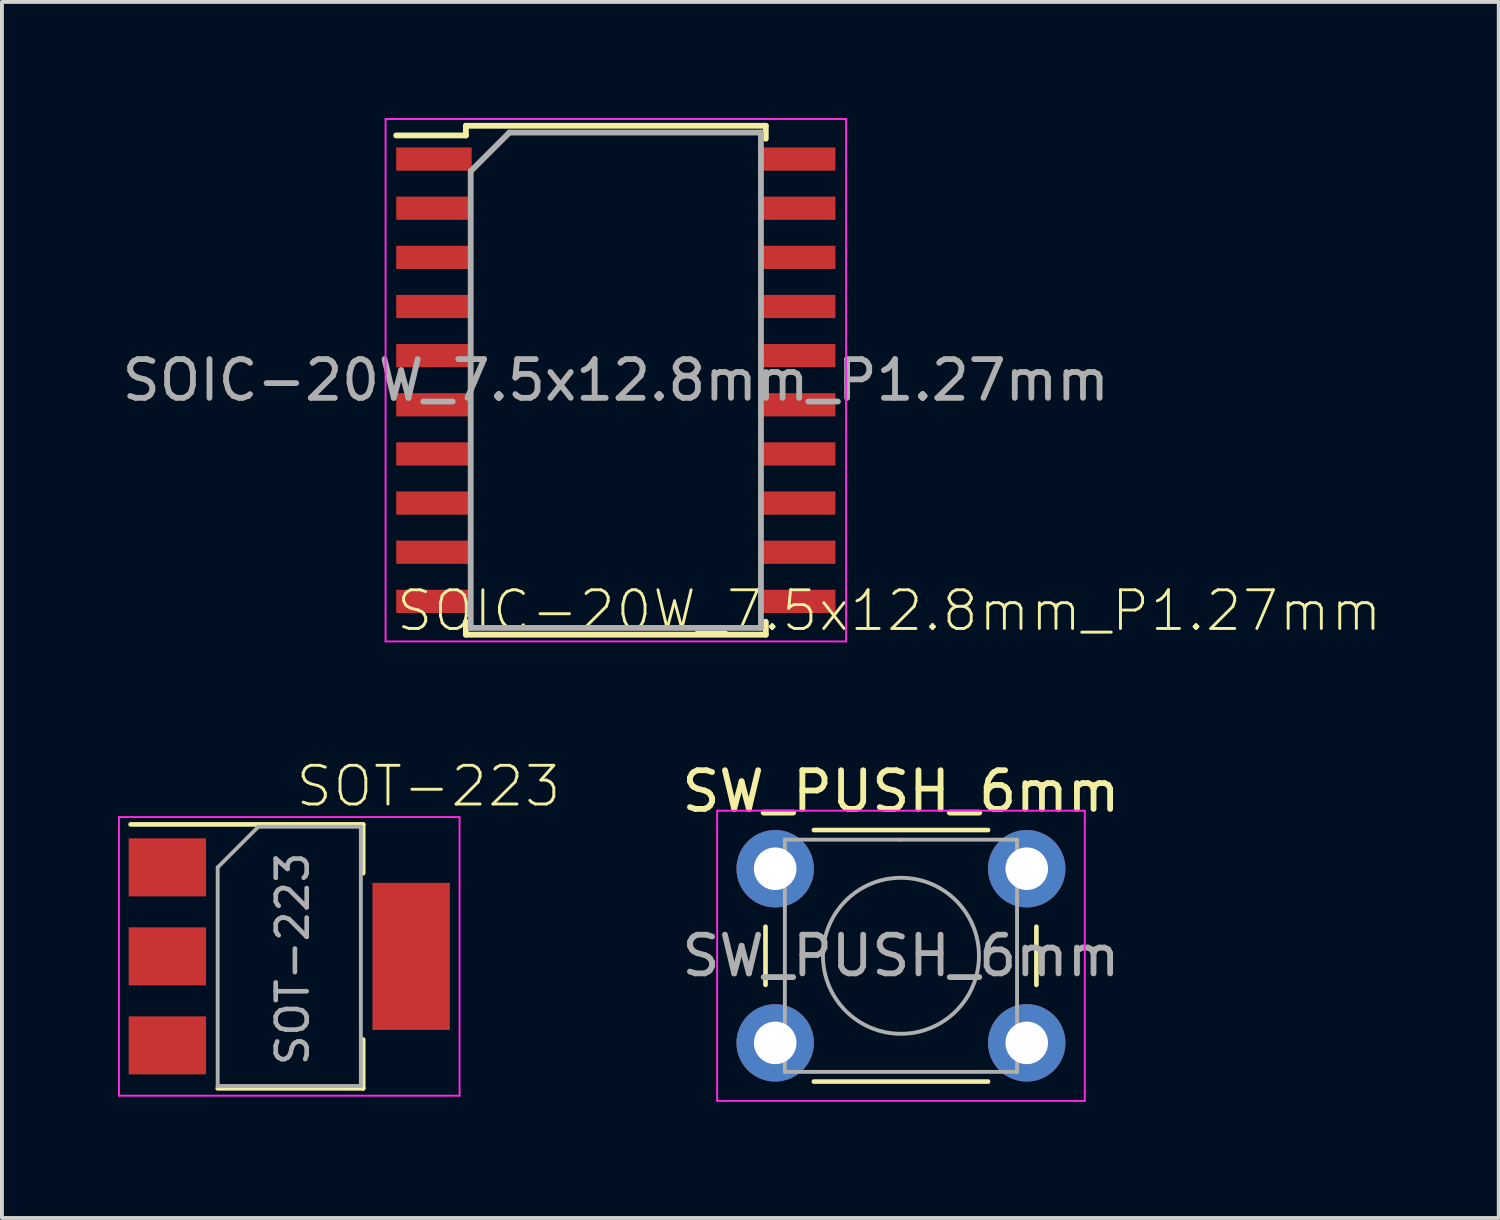
<source format=kicad_pcb>
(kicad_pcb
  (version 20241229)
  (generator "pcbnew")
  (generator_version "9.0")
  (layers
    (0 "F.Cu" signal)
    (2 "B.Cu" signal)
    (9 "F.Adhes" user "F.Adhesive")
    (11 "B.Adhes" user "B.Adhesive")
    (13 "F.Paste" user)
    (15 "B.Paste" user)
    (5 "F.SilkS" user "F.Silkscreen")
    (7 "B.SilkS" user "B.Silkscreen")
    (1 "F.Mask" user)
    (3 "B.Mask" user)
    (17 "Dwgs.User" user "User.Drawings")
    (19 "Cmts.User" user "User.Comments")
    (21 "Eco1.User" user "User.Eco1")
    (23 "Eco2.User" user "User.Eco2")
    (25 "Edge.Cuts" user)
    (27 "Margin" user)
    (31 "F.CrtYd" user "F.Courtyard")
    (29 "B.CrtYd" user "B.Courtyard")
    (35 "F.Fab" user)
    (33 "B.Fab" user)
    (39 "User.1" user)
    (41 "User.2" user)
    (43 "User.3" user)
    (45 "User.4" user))
  (footprint "SOT-223"
    (layer "F.Cu")
    (at 4.425 21.663)
    (property "Reference" "SOT-223" (at 3.597 -4.396 0) (layer "F.SilkS") (effects (font (size 1 1) (thickness 0.075))))
    (attr smd)
    (fp_line (start -4.1 -3.41) (end 1.91 -3.41) (stroke (width 0.12) (type solid)) (layer "F.SilkS"))
    (fp_line (start -1.85 3.41) (end 1.91 3.41) (stroke (width 0.12) (type solid)) (layer "F.SilkS"))
    (fp_line (start 1.91 -3.41) (end 1.91 -2.15) (stroke (width 0.12) (type solid)) (layer "F.SilkS"))
    (fp_line (start 1.91 3.41) (end 1.91 2.15) (stroke (width 0.12) (type solid)) (layer "F.SilkS"))
    (fp_line (start -4.4 -3.6) (end -4.4 3.6) (stroke (width 0.05) (type solid)) (layer "F.CrtYd"))
    (fp_line (start -4.4 3.6) (end 4.4 3.6) (stroke (width 0.05) (type solid)) (layer "F.CrtYd"))
    (fp_line (start 4.4 -3.6) (end -4.4 -3.6) (stroke (width 0.05) (type solid)) (layer "F.CrtYd"))
    (fp_line (start 4.4 3.6) (end 4.4 -3.6) (stroke (width 0.05) (type solid)) (layer "F.CrtYd"))
    (fp_line (start -1.85 -2.3) (end -1.85 3.35) (stroke (width 0.1) (type solid)) (layer "F.Fab"))
    (fp_line (start -1.85 -2.3) (end -0.8 -3.35) (stroke (width 0.1) (type solid)) (layer "F.Fab"))
    (fp_line (start -1.85 3.35) (end 1.85 3.35) (stroke (width 0.1) (type solid)) (layer "F.Fab"))
    (fp_line (start -0.8 -3.35) (end 1.85 -3.35) (stroke (width 0.1) (type solid)) (layer "F.Fab"))
    (fp_line (start 1.85 -3.35) (end 1.85 3.35) (stroke (width 0.1) (type solid)) (layer "F.Fab"))
    (fp_text user "${REFERENCE}" (at 0.086 0.064 90) (layer "F.Fab") (effects (font (size 0.8 0.8) (thickness 0.12))))
    (pad "1" smd rect (at -3.15 -2.3) (size 2 1.5) (layers "F.Cu" "F.Mask" "F.Paste"))
    (pad "2" smd rect (at -3.15 0) (size 2 1.5) (layers "F.Cu" "F.Mask" "F.Paste"))
    (pad "3" smd rect (at -3.15 2.3) (size 2 1.5) (layers "F.Cu" "F.Mask" "F.Paste"))
    (pad "4" smd rect (at 3.15 0) (size 2 3.8) (layers "F.Cu" "F.Mask" "F.Paste")))
  (footprint "SOIC-20W_7.5x12.8mm_P1.27mm"
    (layer "F.Cu")
    (at 12.863 6.775)
    (property "Reference" "SOIC-20W_7.5x12.8mm_P1.27mm" (at 7.064 5.956 0) (layer "F.SilkS") (effects (font (size 1 1) (thickness 0.075))))
    (attr smd)
    (fp_line (start -3.875 -6.575) (end -3.875 -6.325) (stroke (width 0.15) (type solid)) (layer "F.SilkS"))
    (fp_line (start -3.875 -6.575) (end 3.875 -6.575) (stroke (width 0.15) (type solid)) (layer "F.SilkS"))
    (fp_line (start -3.875 -6.325) (end -5.675 -6.325) (stroke (width 0.15) (type solid)) (layer "F.SilkS"))
    (fp_line (start -3.875 6.575) (end -3.875 6.24) (stroke (width 0.15) (type solid)) (layer "F.SilkS"))
    (fp_line (start -3.875 6.575) (end 3.875 6.575) (stroke (width 0.15) (type solid)) (layer "F.SilkS"))
    (fp_line (start 3.875 -6.575) (end 3.875 -6.24) (stroke (width 0.15) (type solid)) (layer "F.SilkS"))
    (fp_line (start 3.875 6.575) (end 3.875 6.24) (stroke (width 0.15) (type solid)) (layer "F.SilkS"))
    (fp_line (start -5.95 -6.75) (end -5.95 6.75) (stroke (width 0.05) (type solid)) (layer "F.CrtYd"))
    (fp_line (start -5.95 -6.75) (end 5.95 -6.75) (stroke (width 0.05) (type solid)) (layer "F.CrtYd"))
    (fp_line (start -5.95 6.75) (end 5.95 6.75) (stroke (width 0.05) (type solid)) (layer "F.CrtYd"))
    (fp_line (start 5.95 -6.75) (end 5.95 6.75) (stroke (width 0.05) (type solid)) (layer "F.CrtYd"))
    (fp_line (start -3.75 -5.4) (end -2.75 -6.4) (stroke (width 0.15) (type solid)) (layer "F.Fab"))
    (fp_line (start -3.75 6.4) (end -3.75 -5.4) (stroke (width 0.15) (type solid)) (layer "F.Fab"))
    (fp_line (start -2.75 -6.4) (end 3.75 -6.4) (stroke (width 0.15) (type solid)) (layer "F.Fab"))
    (fp_line (start 3.75 -6.4) (end 3.75 6.4) (stroke (width 0.15) (type solid)) (layer "F.Fab"))
    (fp_line (start 3.75 6.4) (end -3.75 6.4) (stroke (width 0.15) (type solid)) (layer "F.Fab"))
    (fp_text user "${REFERENCE}" (at 0 0 180) (layer "F.Fab") (effects (font (size 1 1) (thickness 0.15))))
    (pad "1" smd rect (at -4.7 -5.715) (size 1.95 0.6) (layers "F.Cu" "F.Mask" "F.Paste"))
    (pad "2" smd rect (at -4.7 -4.445) (size 1.95 0.6) (layers "F.Cu" "F.Mask" "F.Paste"))
    (pad "3" smd rect (at -4.7 -3.175) (size 1.95 0.6) (layers "F.Cu" "F.Mask" "F.Paste"))
    (pad "4" smd rect (at -4.7 -1.905) (size 1.95 0.6) (layers "F.Cu" "F.Mask" "F.Paste"))
    (pad "5" smd rect (at -4.7 -0.635) (size 1.95 0.6) (layers "F.Cu" "F.Mask" "F.Paste"))
    (pad "6" smd rect (at -4.7 0.635) (size 1.95 0.6) (layers "F.Cu" "F.Mask" "F.Paste"))
    (pad "7" smd rect (at -4.7 1.905) (size 1.95 0.6) (layers "F.Cu" "F.Mask" "F.Paste"))
    (pad "8" smd rect (at -4.7 3.175) (size 1.95 0.6) (layers "F.Cu" "F.Mask" "F.Paste"))
    (pad "9" smd rect (at -4.7 4.445) (size 1.95 0.6) (layers "F.Cu" "F.Mask" "F.Paste"))
    (pad "10" smd rect (at -4.7 5.715) (size 1.95 0.6) (layers "F.Cu" "F.Mask" "F.Paste"))
    (pad "11" smd rect (at 4.7 5.715) (size 1.95 0.6) (layers "F.Cu" "F.Mask" "F.Paste"))
    (pad "12" smd rect (at 4.7 4.445) (size 1.95 0.6) (layers "F.Cu" "F.Mask" "F.Paste"))
    (pad "13" smd rect (at 4.7 3.175) (size 1.95 0.6) (layers "F.Cu" "F.Mask" "F.Paste"))
    (pad "14" smd rect (at 4.7 1.905) (size 1.95 0.6) (layers "F.Cu" "F.Mask" "F.Paste"))
    (pad "15" smd rect (at 4.7 0.635) (size 1.95 0.6) (layers "F.Cu" "F.Mask" "F.Paste"))
    (pad "16" smd rect (at 4.7 -0.635) (size 1.95 0.6) (layers "F.Cu" "F.Mask" "F.Paste"))
    (pad "17" smd rect (at 4.7 -1.905) (size 1.95 0.6) (layers "F.Cu" "F.Mask" "F.Paste"))
    (pad "18" smd rect (at 4.7 -3.175) (size 1.95 0.6) (layers "F.Cu" "F.Mask" "F.Paste"))
    (pad "19" smd rect (at 4.7 -4.445) (size 1.95 0.6) (layers "F.Cu" "F.Mask" "F.Paste"))
    (pad "20" smd rect (at 4.7 -5.715) (size 1.95 0.6) (layers "F.Cu" "F.Mask" "F.Paste")))
  (footprint "SW_PUSH_6mm"
    (layer "F.Cu")
    (at 16.981 19.398)
    (property "Reference" "SW_PUSH_6mm" (at 3.25 -2 0) (layer "F.SilkS") (effects (font (size 1 1) (thickness 0.15))))
    (attr through_hole)
    (fp_line (start -0.25 1.5) (end -0.25 3) (stroke (width 0.12) (type solid)) (layer "F.SilkS"))
    (fp_line (start 1 5.5) (end 5.5 5.5) (stroke (width 0.12) (type solid)) (layer "F.SilkS"))
    (fp_line (start 5.5 -1) (end 1 -1) (stroke (width 0.12) (type solid)) (layer "F.SilkS"))
    (fp_line (start 6.75 3) (end 6.75 1.5) (stroke (width 0.12) (type solid)) (layer "F.SilkS"))
    (fp_line (start -1.5 -1.5) (end -1.25 -1.5) (stroke (width 0.05) (type solid)) (layer "F.CrtYd"))
    (fp_line (start -1.5 -1.25) (end -1.5 -1.5) (stroke (width 0.05) (type solid)) (layer "F.CrtYd"))
    (fp_line (start -1.5 5.75) (end -1.5 -1.25) (stroke (width 0.05) (type solid)) (layer "F.CrtYd"))
    (fp_line (start -1.5 5.75) (end -1.5 6) (stroke (width 0.05) (type solid)) (layer "F.CrtYd"))
    (fp_line (start -1.5 6) (end -1.25 6) (stroke (width 0.05) (type solid)) (layer "F.CrtYd"))
    (fp_line (start -1.25 -1.5) (end 7.75 -1.5) (stroke (width 0.05) (type solid)) (layer "F.CrtYd"))
    (fp_line (start 7.75 -1.5) (end 8 -1.5) (stroke (width 0.05) (type solid)) (layer "F.CrtYd"))
    (fp_line (start 7.75 6) (end -1.25 6) (stroke (width 0.05) (type solid)) (layer "F.CrtYd"))
    (fp_line (start 7.75 6) (end 8 6) (stroke (width 0.05) (type solid)) (layer "F.CrtYd"))
    (fp_line (start 8 -1.5) (end 8 -1.25) (stroke (width 0.05) (type solid)) (layer "F.CrtYd"))
    (fp_line (start 8 -1.25) (end 8 5.75) (stroke (width 0.05) (type solid)) (layer "F.CrtYd"))
    (fp_line (start 8 6) (end 8 5.75) (stroke (width 0.05) (type solid)) (layer "F.CrtYd"))
    (fp_line (start 0.25 -0.75) (end 3.25 -0.75) (stroke (width 0.1) (type solid)) (layer "F.Fab"))
    (fp_line (start 0.25 5.25) (end 0.25 -0.75) (stroke (width 0.1) (type solid)) (layer "F.Fab"))
    (fp_line (start 3.25 -0.75) (end 6.25 -0.75) (stroke (width 0.1) (type solid)) (layer "F.Fab"))
    (fp_line (start 6.25 -0.75) (end 6.25 5.25) (stroke (width 0.1) (type solid)) (layer "F.Fab"))
    (fp_line (start 6.25 5.25) (end 0.25 5.25) (stroke (width 0.1) (type solid)) (layer "F.Fab"))
    (fp_circle (center 3.25 2.25) (end 1.25 2.5) (stroke (width 0.1) (type solid)) (fill no) (layer "F.Fab"))
    (fp_text user "${REFERENCE}" (at 3.25 2.25 0) (layer "F.Fab") (effects (font (size 1 1) (thickness 0.15))))
    (pad "1" thru_hole circle (at 0 0 90) (size 2 2) (drill 1.1) (layers "*.Cu" "*.Mask"))
    (pad "1" thru_hole circle (at 6.5 0 90) (size 2 2) (drill 1.1) (layers "*.Cu" "*.Mask"))
    (pad "2" thru_hole circle (at 0 4.5 90) (size 2 2) (drill 1.1) (layers "*.Cu" "*.Mask"))
    (pad "2" thru_hole circle (at 6.5 4.5 90) (size 2 2) (drill 1.1) (layers "*.Cu" "*.Mask")))
  (gr_rect
    (start -3 -3)
    (end 35.678 28.423)
    (stroke (width 0.1) (type default))
    (fill no)
    (layer "Edge.Cuts")))
</source>
